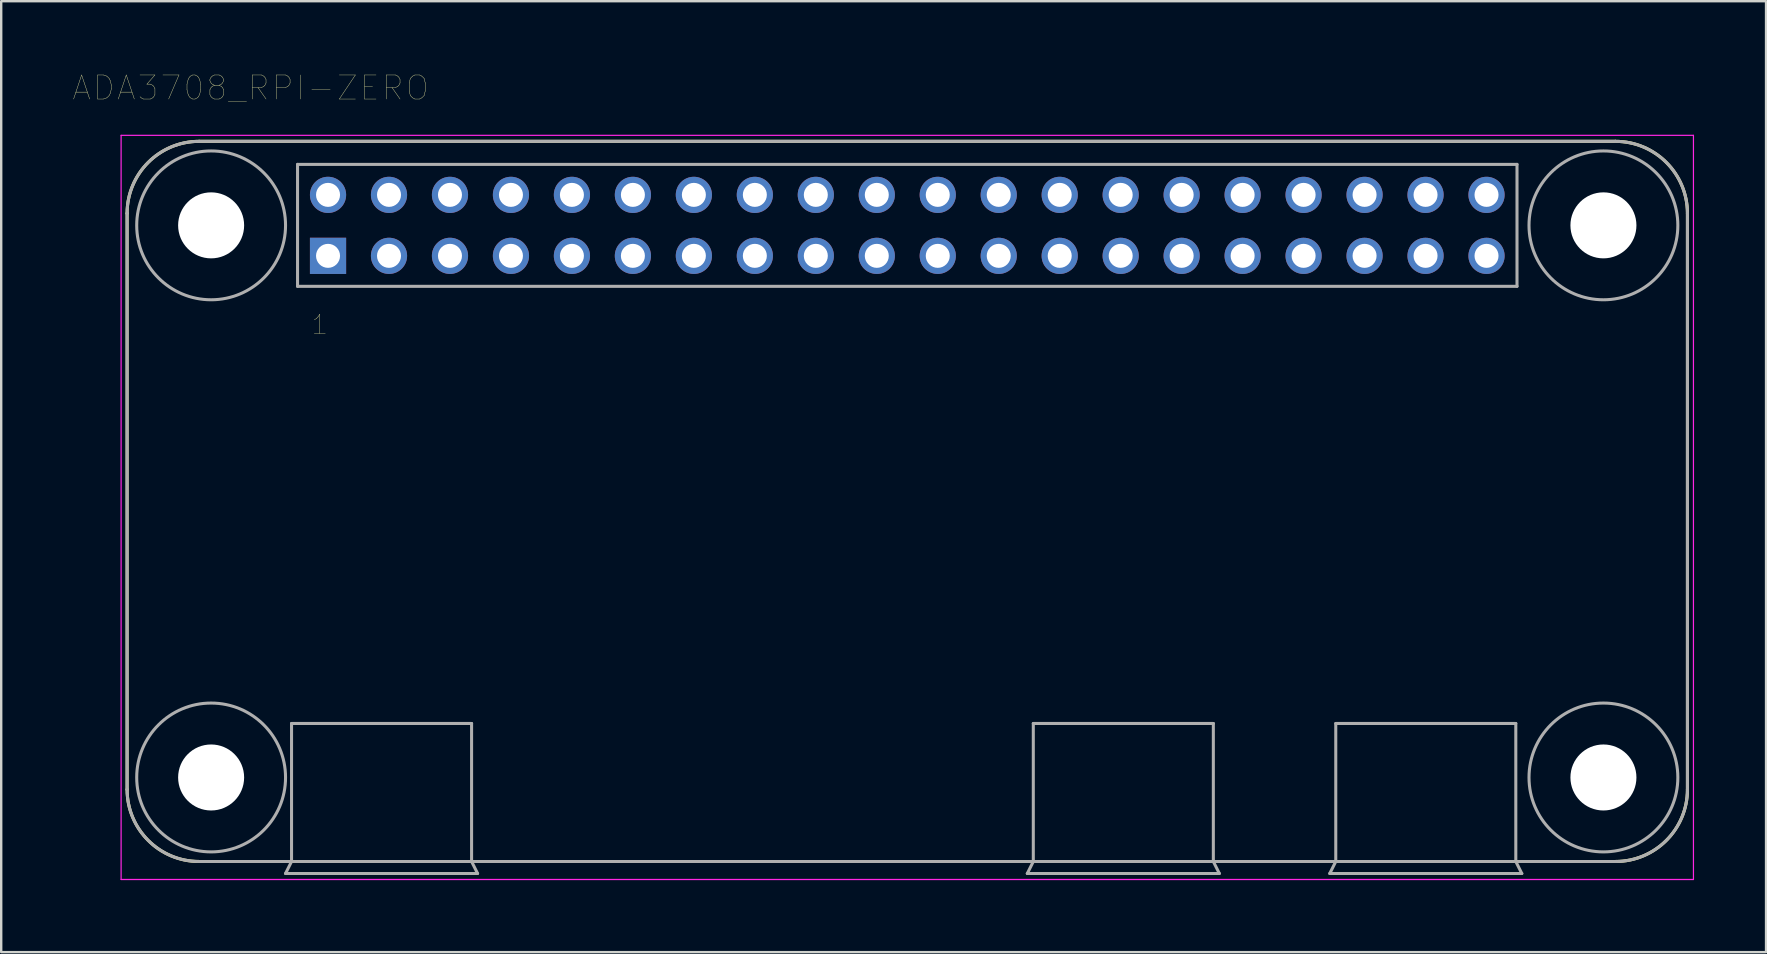
<source format=kicad_pcb>
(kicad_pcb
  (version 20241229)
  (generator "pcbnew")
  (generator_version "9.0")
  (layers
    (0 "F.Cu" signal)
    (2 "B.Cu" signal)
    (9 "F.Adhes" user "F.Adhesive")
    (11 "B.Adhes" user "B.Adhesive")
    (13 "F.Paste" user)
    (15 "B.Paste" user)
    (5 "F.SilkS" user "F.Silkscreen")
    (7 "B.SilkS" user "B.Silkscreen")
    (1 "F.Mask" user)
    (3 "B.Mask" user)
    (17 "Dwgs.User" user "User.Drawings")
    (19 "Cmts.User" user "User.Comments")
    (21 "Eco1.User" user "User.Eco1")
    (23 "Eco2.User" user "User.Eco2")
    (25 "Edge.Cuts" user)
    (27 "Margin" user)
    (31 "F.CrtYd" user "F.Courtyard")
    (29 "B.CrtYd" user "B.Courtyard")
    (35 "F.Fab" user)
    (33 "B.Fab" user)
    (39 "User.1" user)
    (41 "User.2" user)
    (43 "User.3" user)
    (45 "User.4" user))
  (footprint "ADA3708_RPI-ZERO"
    (layer "F.Cu")
    (at 34.745 6.338)
    (property "Reference" "ADA3708_RPI-ZERO" (at -27.357 -5.726 0) (layer "F.SilkS") (effects (font (size 1.002 1.002) (thickness 0.015))))
    (attr through_hole)
    (fp_line (start -32.5 -0.5) (end -32.5 23.5) (stroke (width 0.127) (type solid)) (layer "F.SilkS"))
    (fp_line (start -29.5 26.5) (end 29.5 26.5) (stroke (width 0.127) (type solid)) (layer "F.SilkS"))
    (fp_line (start 4.4 26.5) (end 12.75 26.5) (stroke (width 0.127) (type solid)) (layer "F.SilkS"))
    (fp_line (start 17 26.5) (end 25.35 26.5) (stroke (width 0.127) (type solid)) (layer "F.SilkS"))
    (fp_line (start 29.5 -3.5) (end -29.5 -3.5) (stroke (width 0.127) (type solid)) (layer "F.SilkS"))
    (fp_line (start 32.5 23.5) (end 32.5 -0.5) (stroke (width 0.127) (type solid)) (layer "F.SilkS"))
    (fp_arc (start -32.5 -0.5) (mid -31.62132 -2.62132) (end -29.5 -3.5) (stroke (width 0.127) (type solid)) (layer "F.SilkS"))
    (fp_arc (start -29.5 26.5) (mid -31.62132 25.62132) (end -32.5 23.5) (stroke (width 0.127) (type solid)) (layer "F.SilkS"))
    (fp_arc (start 29.5 -3.5) (mid 31.62132 -2.62132) (end 32.5 -0.5) (stroke (width 0.127) (type solid)) (layer "F.SilkS"))
    (fp_arc (start 32.5 23.5) (mid 31.62132 25.62132) (end 29.5 26.5) (stroke (width 0.127) (type solid)) (layer "F.SilkS"))
    (fp_line (start -32.75 -3.75) (end 32.75 -3.75) (stroke (width 0.05) (type solid)) (layer "F.CrtYd"))
    (fp_line (start -32.75 27.25) (end -32.75 -3.75) (stroke (width 0.05) (type solid)) (layer "F.CrtYd"))
    (fp_line (start 32.75 -3.75) (end 32.75 27.25) (stroke (width 0.05) (type solid)) (layer "F.CrtYd"))
    (fp_line (start 32.75 27.25) (end -32.75 27.25) (stroke (width 0.05) (type solid)) (layer "F.CrtYd"))
    (fp_line (start -32.5 -0.5) (end -32.5 23.5) (stroke (width 0.127) (type solid)) (layer "F.Fab"))
    (fp_line (start -29.5 26.5) (end -25.65 26.5) (stroke (width 0.127) (type solid)) (layer "F.Fab"))
    (fp_line (start -25.9 27) (end -17.9 27) (stroke (width 0.127) (type solid)) (layer "F.Fab"))
    (fp_line (start -25.65 20.75) (end -18.15 20.75) (stroke (width 0.127) (type solid)) (layer "F.Fab"))
    (fp_line (start -25.65 26.5) (end -25.9 27) (stroke (width 0.127) (type solid)) (layer "F.Fab"))
    (fp_line (start -25.65 26.5) (end -25.65 20.75) (stroke (width 0.127) (type solid)) (layer "F.Fab"))
    (fp_line (start -25.65 26.5) (end -18.15 26.5) (stroke (width 0.127) (type solid)) (layer "F.Fab"))
    (fp_line (start -25.4 -2.54) (end -25.4 2.54) (stroke (width 0.127) (type solid)) (layer "F.Fab"))
    (fp_line (start -25.4 2.54) (end 25.4 2.54) (stroke (width 0.127) (type solid)) (layer "F.Fab"))
    (fp_line (start -18.15 20.75) (end -18.15 26.5) (stroke (width 0.127) (type solid)) (layer "F.Fab"))
    (fp_line (start -18.15 26.5) (end 29.5 26.5) (stroke (width 0.127) (type solid)) (layer "F.Fab"))
    (fp_line (start -17.9 27) (end -18.15 26.5) (stroke (width 0.127) (type solid)) (layer "F.Fab"))
    (fp_line (start 4.4 26.5) (end 5.25 26.5) (stroke (width 0.127) (type solid)) (layer "F.Fab"))
    (fp_line (start 5 27) (end 13 27) (stroke (width 0.127) (type solid)) (layer "F.Fab"))
    (fp_line (start 5.25 20.75) (end 12.75 20.75) (stroke (width 0.127) (type solid)) (layer "F.Fab"))
    (fp_line (start 5.25 26.5) (end 5 27) (stroke (width 0.127) (type solid)) (layer "F.Fab"))
    (fp_line (start 5.25 26.5) (end 5.25 20.75) (stroke (width 0.127) (type solid)) (layer "F.Fab"))
    (fp_line (start 5.25 26.5) (end 12.75 26.5) (stroke (width 0.127) (type solid)) (layer "F.Fab"))
    (fp_line (start 12.75 20.75) (end 12.75 26.5) (stroke (width 0.127) (type solid)) (layer "F.Fab"))
    (fp_line (start 13 27) (end 12.75 26.5) (stroke (width 0.127) (type solid)) (layer "F.Fab"))
    (fp_line (start 17 26.5) (end 17.85 26.5) (stroke (width 0.127) (type solid)) (layer "F.Fab"))
    (fp_line (start 17.6 27) (end 25.6 27) (stroke (width 0.127) (type solid)) (layer "F.Fab"))
    (fp_line (start 17.85 20.75) (end 25.35 20.75) (stroke (width 0.127) (type solid)) (layer "F.Fab"))
    (fp_line (start 17.85 26.5) (end 17.6 27) (stroke (width 0.127) (type solid)) (layer "F.Fab"))
    (fp_line (start 17.85 26.5) (end 17.85 20.75) (stroke (width 0.127) (type solid)) (layer "F.Fab"))
    (fp_line (start 17.85 26.5) (end 25.35 26.5) (stroke (width 0.127) (type solid)) (layer "F.Fab"))
    (fp_line (start 25.35 20.75) (end 25.35 26.5) (stroke (width 0.127) (type solid)) (layer "F.Fab"))
    (fp_line (start 25.4 -2.54) (end -25.4 -2.54) (stroke (width 0.127) (type solid)) (layer "F.Fab"))
    (fp_line (start 25.4 2.54) (end 25.4 -2.54) (stroke (width 0.127) (type solid)) (layer "F.Fab"))
    (fp_line (start 25.6 27) (end 25.35 26.5) (stroke (width 0.127) (type solid)) (layer "F.Fab"))
    (fp_line (start 29.5 -3.5) (end -29.5 -3.5) (stroke (width 0.127) (type solid)) (layer "F.Fab"))
    (fp_line (start 32.5 23.5) (end 32.5 -0.5) (stroke (width 0.127) (type solid)) (layer "F.Fab"))
    (fp_arc (start -32.5 -0.5) (mid -31.62132 -2.62132) (end -29.5 -3.5) (stroke (width 0.127) (type solid)) (layer "F.Fab"))
    (fp_arc (start -29.5 26.5) (mid -31.62132 25.62132) (end -32.5 23.5) (stroke (width 0.127) (type solid)) (layer "F.Fab"))
    (fp_arc (start 29.5 -3.5) (mid 31.62132 -2.62132) (end 32.5 -0.5) (stroke (width 0.127) (type solid)) (layer "F.Fab"))
    (fp_arc (start 32.5 23.5) (mid 31.62132 25.62132) (end 29.5 26.5) (stroke (width 0.127) (type solid)) (layer "F.Fab"))
    (fp_circle (center -29 0) (end -25.9 0) (stroke (width 0.127) (type solid)) (fill no) (layer "F.Fab"))
    (fp_circle (center -29 23) (end -25.9 23) (stroke (width 0.127) (type solid)) (fill no) (layer "F.Fab"))
    (fp_circle (center 29 0) (end 32.1 0) (stroke (width 0.127) (type solid)) (fill no) (layer "F.Fab"))
    (fp_circle (center 29 23) (end 32.1 23) (stroke (width 0.127) (type solid)) (fill no) (layer "F.Fab"))
    (fp_text user "1" (at -24.473 4.132 0) (layer "F.SilkS") (effects (font (size 0.801 0.801) (thickness 0.015))))
    (pad "" np_thru_hole circle (at -29 0) (size 2.75 2.75) (drill 2.75) (layers "*.Cu" "*.Mask"))
    (pad "" np_thru_hole circle (at -29 23) (size 2.75 2.75) (drill 2.75) (layers "*.Cu" "*.Mask"))
    (pad "" np_thru_hole circle (at 29 0) (size 2.75 2.75) (drill 2.75) (layers "*.Cu" "*.Mask"))
    (pad "" np_thru_hole circle (at 29 23) (size 2.75 2.75) (drill 2.75) (layers "*.Cu" "*.Mask"))
    (pad "1" thru_hole rect (at -24.13 1.27) (size 1.508 1.508) (drill 1) (layers "*.Cu" "*.Mask"))
    (pad "2" thru_hole circle (at -24.13 -1.27) (size 1.508 1.508) (drill 1) (layers "*.Cu" "*.Mask"))
    (pad "3" thru_hole circle (at -21.59 1.27) (size 1.508 1.508) (drill 1) (layers "*.Cu" "*.Mask"))
    (pad "4" thru_hole circle (at -21.59 -1.27) (size 1.508 1.508) (drill 1) (layers "*.Cu" "*.Mask"))
    (pad "5" thru_hole circle (at -19.05 1.27) (size 1.508 1.508) (drill 1) (layers "*.Cu" "*.Mask"))
    (pad "6" thru_hole circle (at -19.05 -1.27) (size 1.508 1.508) (drill 1) (layers "*.Cu" "*.Mask"))
    (pad "7" thru_hole circle (at -16.51 1.27) (size 1.508 1.508) (drill 1) (layers "*.Cu" "*.Mask"))
    (pad "8" thru_hole circle (at -16.51 -1.27) (size 1.508 1.508) (drill 1) (layers "*.Cu" "*.Mask"))
    (pad "9" thru_hole circle (at -13.97 1.27) (size 1.508 1.508) (drill 1) (layers "*.Cu" "*.Mask"))
    (pad "10" thru_hole circle (at -13.97 -1.27) (size 1.508 1.508) (drill 1) (layers "*.Cu" "*.Mask"))
    (pad "11" thru_hole circle (at -11.43 1.27) (size 1.508 1.508) (drill 1) (layers "*.Cu" "*.Mask"))
    (pad "12" thru_hole circle (at -11.43 -1.27) (size 1.508 1.508) (drill 1) (layers "*.Cu" "*.Mask"))
    (pad "13" thru_hole circle (at -8.89 1.27) (size 1.508 1.508) (drill 1) (layers "*.Cu" "*.Mask"))
    (pad "14" thru_hole circle (at -8.89 -1.27) (size 1.508 1.508) (drill 1) (layers "*.Cu" "*.Mask"))
    (pad "15" thru_hole circle (at -6.35 1.27) (size 1.508 1.508) (drill 1) (layers "*.Cu" "*.Mask"))
    (pad "16" thru_hole circle (at -6.35 -1.27) (size 1.508 1.508) (drill 1) (layers "*.Cu" "*.Mask"))
    (pad "17" thru_hole circle (at -3.81 1.27) (size 1.508 1.508) (drill 1) (layers "*.Cu" "*.Mask"))
    (pad "18" thru_hole circle (at -3.81 -1.27) (size 1.508 1.508) (drill 1) (layers "*.Cu" "*.Mask"))
    (pad "19" thru_hole circle (at -1.27 1.27) (size 1.508 1.508) (drill 1) (layers "*.Cu" "*.Mask"))
    (pad "20" thru_hole circle (at -1.27 -1.27) (size 1.508 1.508) (drill 1) (layers "*.Cu" "*.Mask"))
    (pad "21" thru_hole circle (at 1.27 1.27) (size 1.508 1.508) (drill 1) (layers "*.Cu" "*.Mask"))
    (pad "22" thru_hole circle (at 1.27 -1.27) (size 1.508 1.508) (drill 1) (layers "*.Cu" "*.Mask"))
    (pad "23" thru_hole circle (at 3.81 1.27) (size 1.508 1.508) (drill 1) (layers "*.Cu" "*.Mask"))
    (pad "24" thru_hole circle (at 3.81 -1.27) (size 1.508 1.508) (drill 1) (layers "*.Cu" "*.Mask"))
    (pad "25" thru_hole circle (at 6.35 1.27) (size 1.508 1.508) (drill 1) (layers "*.Cu" "*.Mask"))
    (pad "26" thru_hole circle (at 6.35 -1.27) (size 1.508 1.508) (drill 1) (layers "*.Cu" "*.Mask"))
    (pad "27" thru_hole circle (at 8.89 1.27) (size 1.508 1.508) (drill 1) (layers "*.Cu" "*.Mask"))
    (pad "28" thru_hole circle (at 8.89 -1.27) (size 1.508 1.508) (drill 1) (layers "*.Cu" "*.Mask"))
    (pad "29" thru_hole circle (at 11.43 1.27) (size 1.508 1.508) (drill 1) (layers "*.Cu" "*.Mask"))
    (pad "30" thru_hole circle (at 11.43 -1.27) (size 1.508 1.508) (drill 1) (layers "*.Cu" "*.Mask"))
    (pad "31" thru_hole circle (at 13.97 1.27) (size 1.508 1.508) (drill 1) (layers "*.Cu" "*.Mask"))
    (pad "32" thru_hole circle (at 13.97 -1.27) (size 1.508 1.508) (drill 1) (layers "*.Cu" "*.Mask"))
    (pad "33" thru_hole circle (at 16.51 1.27) (size 1.508 1.508) (drill 1) (layers "*.Cu" "*.Mask"))
    (pad "34" thru_hole circle (at 16.51 -1.27) (size 1.508 1.508) (drill 1) (layers "*.Cu" "*.Mask"))
    (pad "35" thru_hole circle (at 19.05 1.27) (size 1.508 1.508) (drill 1) (layers "*.Cu" "*.Mask"))
    (pad "36" thru_hole circle (at 19.05 -1.27) (size 1.508 1.508) (drill 1) (layers "*.Cu" "*.Mask"))
    (pad "37" thru_hole circle (at 21.59 1.27) (size 1.508 1.508) (drill 1) (layers "*.Cu" "*.Mask"))
    (pad "38" thru_hole circle (at 21.59 -1.27) (size 1.508 1.508) (drill 1) (layers "*.Cu" "*.Mask"))
    (pad "39" thru_hole circle (at 24.13 1.27) (size 1.508 1.508) (drill 1) (layers "*.Cu" "*.Mask"))
    (pad "40" thru_hole circle (at 24.13 -1.27) (size 1.508 1.508) (drill 1) (layers "*.Cu" "*.Mask")))
  (gr_rect
    (start -3 -3)
    (end 70.52 36.613)
    (stroke (width 0.1) (type default))
    (fill no)
    (layer "Edge.Cuts")))
</source>
